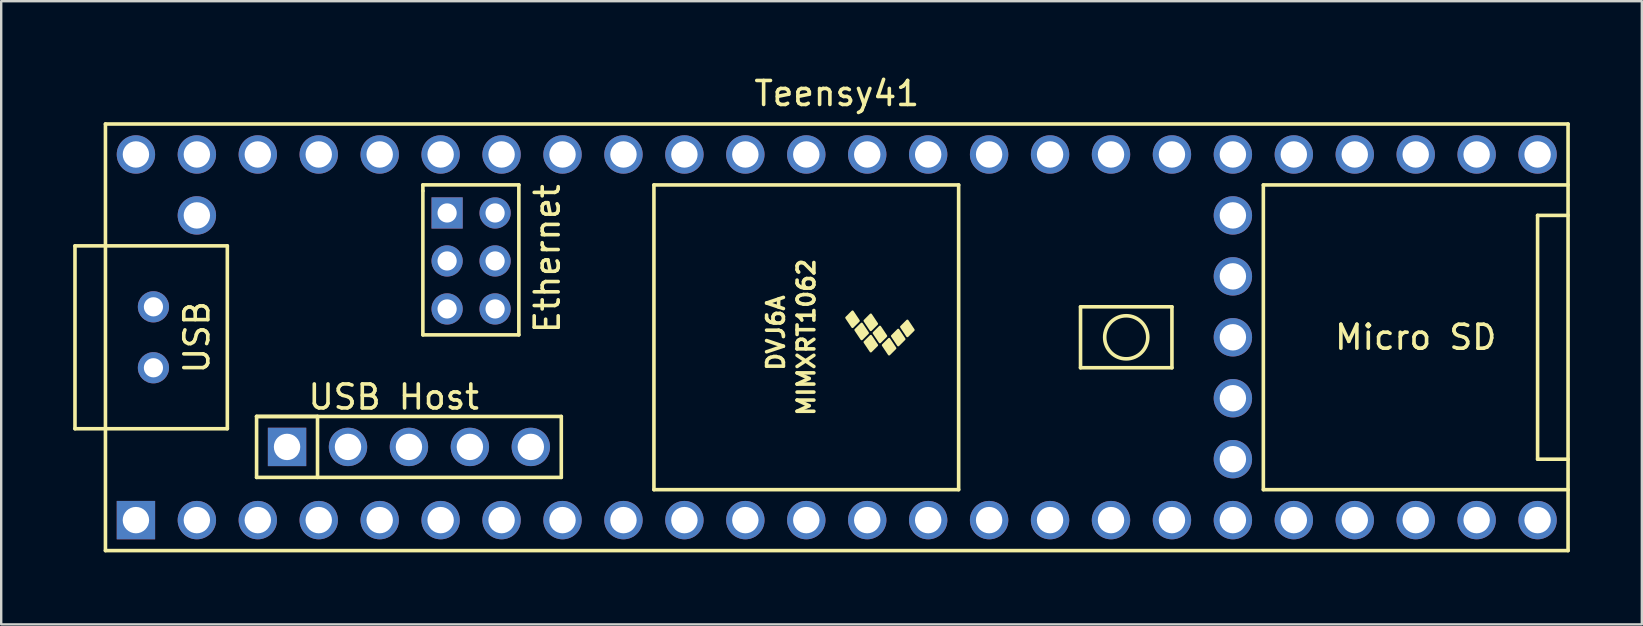
<source format=kicad_pcb>
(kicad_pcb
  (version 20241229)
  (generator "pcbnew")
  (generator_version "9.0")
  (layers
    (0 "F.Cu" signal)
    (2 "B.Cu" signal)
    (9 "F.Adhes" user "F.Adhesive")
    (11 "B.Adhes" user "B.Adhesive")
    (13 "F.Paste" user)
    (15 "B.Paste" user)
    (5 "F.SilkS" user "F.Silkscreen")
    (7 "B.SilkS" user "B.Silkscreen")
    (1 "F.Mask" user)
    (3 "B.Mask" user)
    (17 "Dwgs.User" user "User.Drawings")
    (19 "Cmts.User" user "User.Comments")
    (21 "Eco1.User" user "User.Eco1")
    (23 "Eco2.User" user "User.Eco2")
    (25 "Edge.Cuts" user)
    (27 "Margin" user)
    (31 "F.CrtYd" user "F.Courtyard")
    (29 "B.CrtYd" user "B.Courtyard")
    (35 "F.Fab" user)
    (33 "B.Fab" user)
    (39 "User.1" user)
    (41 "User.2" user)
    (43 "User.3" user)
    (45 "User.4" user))
  (footprint "Teensy41"
    (layer "F.Cu")
    (at 31.825 11.008)
    (property "Reference" "Teensy41" (at 0 -10.16 0) (layer "F.SilkS") (effects (font (size 1 1) (thickness 0.15))))
    (attr through_hole)
    (fp_line (start -31.75 -3.81) (end -30.48 -3.81) (stroke (width 0.15) (type solid)) (layer "F.SilkS"))
    (fp_line (start -31.75 3.81) (end -31.75 -3.81) (stroke (width 0.15) (type solid)) (layer "F.SilkS"))
    (fp_line (start -30.48 -8.89) (end 30.48 -8.89) (stroke (width 0.15) (type solid)) (layer "F.SilkS"))
    (fp_line (start -30.48 3.81) (end -31.75 3.81) (stroke (width 0.15) (type solid)) (layer "F.SilkS"))
    (fp_line (start -30.48 8.89) (end -30.48 -8.89) (stroke (width 0.15) (type solid)) (layer "F.SilkS"))
    (fp_line (start -25.4 -3.81) (end -30.48 -3.81) (stroke (width 0.15) (type solid)) (layer "F.SilkS"))
    (fp_line (start -25.4 3.81) (end -30.48 3.81) (stroke (width 0.15) (type solid)) (layer "F.SilkS"))
    (fp_line (start -25.4 3.81) (end -25.4 -3.81) (stroke (width 0.15) (type solid)) (layer "F.SilkS"))
    (fp_line (start -24.181 3.299) (end -21.641 3.299) (stroke (width 0.15) (type solid)) (layer "F.SilkS"))
    (fp_line (start -24.181 3.299) (end -11.481 3.299) (stroke (width 0.15) (type solid)) (layer "F.SilkS"))
    (fp_line (start -24.181 5.839) (end -24.181 3.299) (stroke (width 0.15) (type solid)) (layer "F.SilkS"))
    (fp_line (start -21.641 3.299) (end -21.641 5.839) (stroke (width 0.15) (type solid)) (layer "F.SilkS"))
    (fp_line (start -17.25 -6.352) (end -17.25 -6.102) (stroke (width 0.15) (type solid)) (layer "F.SilkS"))
    (fp_line (start -17.25 -6.102) (end -17.25 -0.102) (stroke (width 0.15) (type solid)) (layer "F.SilkS"))
    (fp_line (start -17.25 -0.102) (end -13.25 -0.102) (stroke (width 0.15) (type solid)) (layer "F.SilkS"))
    (fp_line (start -13.25 -6.352) (end -17.25 -6.352) (stroke (width 0.15) (type solid)) (layer "F.SilkS"))
    (fp_line (start -13.25 -0.102) (end -13.25 -6.352) (stroke (width 0.15) (type solid)) (layer "F.SilkS"))
    (fp_line (start -11.481 3.299) (end -11.481 5.839) (stroke (width 0.15) (type solid)) (layer "F.SilkS"))
    (fp_line (start -11.481 5.839) (end -24.181 5.839) (stroke (width 0.15) (type solid)) (layer "F.SilkS"))
    (fp_line (start -7.62 -6.35) (end -7.62 6.35) (stroke (width 0.15) (type solid)) (layer "F.SilkS"))
    (fp_line (start -7.62 6.35) (end 5.08 6.35) (stroke (width 0.15) (type solid)) (layer "F.SilkS"))
    (fp_line (start 5.08 -6.35) (end -7.62 -6.35) (stroke (width 0.15) (type solid)) (layer "F.SilkS"))
    (fp_line (start 5.08 6.35) (end 5.08 -6.35) (stroke (width 0.15) (type solid)) (layer "F.SilkS"))
    (fp_line (start 10.16 -1.27) (end 13.97 -1.27) (stroke (width 0.15) (type solid)) (layer "F.SilkS"))
    (fp_line (start 10.16 1.27) (end 10.16 -1.27) (stroke (width 0.15) (type solid)) (layer "F.SilkS"))
    (fp_line (start 13.97 -1.27) (end 13.97 1.27) (stroke (width 0.15) (type solid)) (layer "F.SilkS"))
    (fp_line (start 13.97 1.27) (end 10.16 1.27) (stroke (width 0.15) (type solid)) (layer "F.SilkS"))
    (fp_line (start 17.78 -6.35) (end 17.78 6.35) (stroke (width 0.15) (type solid)) (layer "F.SilkS"))
    (fp_line (start 17.78 6.35) (end 30.48 6.35) (stroke (width 0.15) (type solid)) (layer "F.SilkS"))
    (fp_line (start 29.21 -5.08) (end 29.21 5.08) (stroke (width 0.15) (type solid)) (layer "F.SilkS"))
    (fp_line (start 29.21 5.08) (end 30.48 5.08) (stroke (width 0.15) (type solid)) (layer "F.SilkS"))
    (fp_line (start 30.48 -8.89) (end 30.48 8.89) (stroke (width 0.15) (type solid)) (layer "F.SilkS"))
    (fp_line (start 30.48 -6.35) (end 17.78 -6.35) (stroke (width 0.15) (type solid)) (layer "F.SilkS"))
    (fp_line (start 30.48 -5.08) (end 29.21 -5.08) (stroke (width 0.15) (type solid)) (layer "F.SilkS"))
    (fp_line (start 30.48 8.89) (end -30.48 8.89) (stroke (width 0.15) (type solid)) (layer "F.SilkS"))
    (fp_circle (center 12.065 0) (end 12.7 -0.635) (stroke (width 0.15) (type solid)) (fill no) (layer "F.SilkS"))
    (fp_poly (pts (xy 0.911 -0.688) (xy 0.657 -0.434) (xy 0.403 -0.815) (xy 0.657 -1.069)) (stroke (width 0.1) (type solid)) (fill yes) (layer "F.SilkS"))
    (fp_poly (pts (xy 1.292 -0.18) (xy 1.038 0.074) (xy 0.784 -0.307) (xy 1.038 -0.561)) (stroke (width 0.1) (type solid)) (fill yes) (layer "F.SilkS"))
    (fp_poly (pts (xy 1.673 -0.561) (xy 1.419 -0.307) (xy 1.165 -0.688) (xy 1.419 -0.942)) (stroke (width 0.1) (type solid)) (fill yes) (layer "F.SilkS"))
    (fp_poly (pts (xy 1.673 0.328) (xy 1.419 0.582) (xy 1.165 0.201) (xy 1.419 -0.053)) (stroke (width 0.1) (type solid)) (fill yes) (layer "F.SilkS"))
    (fp_poly (pts (xy 2.054 -0.053) (xy 1.8 0.201) (xy 1.546 -0.18) (xy 1.8 -0.434)) (stroke (width 0.1) (type solid)) (fill yes) (layer "F.SilkS"))
    (fp_poly (pts (xy 2.435 0.455) (xy 2.181 0.709) (xy 1.927 0.328) (xy 2.181 0.074)) (stroke (width 0.1) (type solid)) (fill yes) (layer "F.SilkS"))
    (fp_poly (pts (xy 2.816 0.074) (xy 2.562 0.328) (xy 2.308 -0.053) (xy 2.562 -0.307)) (stroke (width 0.1) (type solid)) (fill yes) (layer "F.SilkS"))
    (fp_poly (pts (xy 3.197 -0.307) (xy 2.943 -0.053) (xy 2.689 -0.434) (xy 2.943 -0.688)) (stroke (width 0.1) (type solid)) (fill yes) (layer "F.SilkS"))
    (fp_text user "Ethernet" (at -12.065 -3.277 90) (layer "F.SilkS") (effects (font (size 1 1) (thickness 0.15))))
    (fp_text user "USB" (at -26.67 0 270) (layer "F.SilkS") (effects (font (size 1 1) (thickness 0.15))))
    (fp_text user "Micro SD" (at 24.13 0 0) (layer "F.SilkS") (effects (font (size 1 1) (thickness 0.15))))
    (fp_text user "DVJ6A" (at -2.54 -0.18 270) (layer "F.SilkS") (effects (font (size 0.7 0.7) (thickness 0.15))))
    (fp_text user "USB Host" (at -18.466 2.489 0) (layer "F.SilkS") (effects (font (size 1 1) (thickness 0.15))))
    (fp_text user "MIMXRT1062" (at -1.27 0 270) (layer "F.SilkS") (effects (font (size 0.7 0.7) (thickness 0.15))))
    (pad "1" thru_hole rect (at -29.21 7.62) (size 1.6 1.6) (drill 1.1) (layers "*.Cu" "*.Mask"))
    (pad "2" thru_hole circle (at -26.67 7.62) (size 1.6 1.6) (drill 1.1) (layers "*.Cu" "*.Mask"))
    (pad "3" thru_hole circle (at -24.13 7.62) (size 1.6 1.6) (drill 1.1) (layers "*.Cu" "*.Mask"))
    (pad "4" thru_hole circle (at -21.59 7.62) (size 1.6 1.6) (drill 1.1) (layers "*.Cu" "*.Mask"))
    (pad "5" thru_hole circle (at -19.05 7.62) (size 1.6 1.6) (drill 1.1) (layers "*.Cu" "*.Mask"))
    (pad "6" thru_hole circle (at -16.51 7.62) (size 1.6 1.6) (drill 1.1) (layers "*.Cu" "*.Mask"))
    (pad "7" thru_hole circle (at -13.97 7.62) (size 1.6 1.6) (drill 1.1) (layers "*.Cu" "*.Mask"))
    (pad "8" thru_hole circle (at -11.43 7.62) (size 1.6 1.6) (drill 1.1) (layers "*.Cu" "*.Mask"))
    (pad "9" thru_hole circle (at -8.89 7.62) (size 1.6 1.6) (drill 1.1) (layers "*.Cu" "*.Mask"))
    (pad "10" thru_hole circle (at -6.35 7.62) (size 1.6 1.6) (drill 1.1) (layers "*.Cu" "*.Mask"))
    (pad "11" thru_hole circle (at -3.81 7.62) (size 1.6 1.6) (drill 1.1) (layers "*.Cu" "*.Mask"))
    (pad "12" thru_hole circle (at -1.27 7.62) (size 1.6 1.6) (drill 1.1) (layers "*.Cu" "*.Mask"))
    (pad "13" thru_hole circle (at 1.27 7.62) (size 1.6 1.6) (drill 1.1) (layers "*.Cu" "*.Mask"))
    (pad "14" thru_hole circle (at 3.81 7.62) (size 1.6 1.6) (drill 1.1) (layers "*.Cu" "*.Mask"))
    (pad "15" thru_hole circle (at 6.35 7.62) (size 1.6 1.6) (drill 1.1) (layers "*.Cu" "*.Mask"))
    (pad "16" thru_hole circle (at 8.89 7.62) (size 1.6 1.6) (drill 1.1) (layers "*.Cu" "*.Mask"))
    (pad "17" thru_hole circle (at 11.43 7.62) (size 1.6 1.6) (drill 1.1) (layers "*.Cu" "*.Mask"))
    (pad "18" thru_hole circle (at 13.97 7.62) (size 1.6 1.6) (drill 1.1) (layers "*.Cu" "*.Mask"))
    (pad "19" thru_hole circle (at 16.51 7.62) (size 1.6 1.6) (drill 1.1) (layers "*.Cu" "*.Mask"))
    (pad "20" thru_hole circle (at 19.05 7.62) (size 1.6 1.6) (drill 1.1) (layers "*.Cu" "*.Mask"))
    (pad "21" thru_hole circle (at 21.59 7.62) (size 1.6 1.6) (drill 1.1) (layers "*.Cu" "*.Mask"))
    (pad "22" thru_hole circle (at 24.13 7.62) (size 1.6 1.6) (drill 1.1) (layers "*.Cu" "*.Mask"))
    (pad "23" thru_hole circle (at 26.67 7.62) (size 1.6 1.6) (drill 1.1) (layers "*.Cu" "*.Mask"))
    (pad "24" thru_hole circle (at 29.21 7.62) (size 1.6 1.6) (drill 1.1) (layers "*.Cu" "*.Mask"))
    (pad "25" thru_hole circle (at 29.21 -7.62) (size 1.6 1.6) (drill 1.1) (layers "*.Cu" "*.Mask"))
    (pad "26" thru_hole circle (at 26.67 -7.62) (size 1.6 1.6) (drill 1.1) (layers "*.Cu" "*.Mask"))
    (pad "27" thru_hole circle (at 24.13 -7.62) (size 1.6 1.6) (drill 1.1) (layers "*.Cu" "*.Mask"))
    (pad "28" thru_hole circle (at 21.59 -7.62) (size 1.6 1.6) (drill 1.1) (layers "*.Cu" "*.Mask"))
    (pad "29" thru_hole circle (at 19.05 -7.62) (size 1.6 1.6) (drill 1.1) (layers "*.Cu" "*.Mask"))
    (pad "30" thru_hole circle (at 16.51 -7.62) (size 1.6 1.6) (drill 1.1) (layers "*.Cu" "*.Mask"))
    (pad "31" thru_hole circle (at 13.97 -7.62) (size 1.6 1.6) (drill 1.1) (layers "*.Cu" "*.Mask"))
    (pad "32" thru_hole circle (at 11.43 -7.62) (size 1.6 1.6) (drill 1.1) (layers "*.Cu" "*.Mask"))
    (pad "33" thru_hole circle (at 8.89 -7.62) (size 1.6 1.6) (drill 1.1) (layers "*.Cu" "*.Mask"))
    (pad "34" thru_hole circle (at 6.35 -7.62) (size 1.6 1.6) (drill 1.1) (layers "*.Cu" "*.Mask"))
    (pad "35" thru_hole circle (at 3.81 -7.62) (size 1.6 1.6) (drill 1.1) (layers "*.Cu" "*.Mask"))
    (pad "36" thru_hole circle (at 1.27 -7.62) (size 1.6 1.6) (drill 1.1) (layers "*.Cu" "*.Mask"))
    (pad "37" thru_hole circle (at -1.27 -7.62) (size 1.6 1.6) (drill 1.1) (layers "*.Cu" "*.Mask"))
    (pad "38" thru_hole circle (at -3.81 -7.62) (size 1.6 1.6) (drill 1.1) (layers "*.Cu" "*.Mask"))
    (pad "39" thru_hole circle (at -6.35 -7.62) (size 1.6 1.6) (drill 1.1) (layers "*.Cu" "*.Mask"))
    (pad "40" thru_hole circle (at -8.89 -7.62) (size 1.6 1.6) (drill 1.1) (layers "*.Cu" "*.Mask"))
    (pad "41" thru_hole circle (at -11.43 -7.62) (size 1.6 1.6) (drill 1.1) (layers "*.Cu" "*.Mask"))
    (pad "42" thru_hole circle (at -13.97 -7.62) (size 1.6 1.6) (drill 1.1) (layers "*.Cu" "*.Mask"))
    (pad "43" thru_hole circle (at -16.51 -7.62) (size 1.6 1.6) (drill 1.1) (layers "*.Cu" "*.Mask"))
    (pad "44" thru_hole circle (at -19.05 -7.62) (size 1.6 1.6) (drill 1.1) (layers "*.Cu" "*.Mask"))
    (pad "45" thru_hole circle (at -21.59 -7.62) (size 1.6 1.6) (drill 1.1) (layers "*.Cu" "*.Mask"))
    (pad "46" thru_hole circle (at -24.13 -7.62) (size 1.6 1.6) (drill 1.1) (layers "*.Cu" "*.Mask"))
    (pad "47" thru_hole circle (at -26.67 -7.62) (size 1.6 1.6) (drill 1.1) (layers "*.Cu" "*.Mask"))
    (pad "48" thru_hole circle (at -29.21 -7.62) (size 1.6 1.6) (drill 1.1) (layers "*.Cu" "*.Mask"))
    (pad "49" thru_hole circle (at -26.67 -5.08) (size 1.6 1.6) (drill 1.1) (layers "*.Cu" "*.Mask"))
    (pad "50" thru_hole circle (at 16.51 5.08) (size 1.6 1.6) (drill 1.1) (layers "*.Cu" "*.Mask"))
    (pad "51" thru_hole circle (at 16.51 2.54) (size 1.6 1.6) (drill 1.1) (layers "*.Cu" "*.Mask"))
    (pad "52" thru_hole circle (at 16.51 0) (size 1.6 1.6) (drill 1.1) (layers "*.Cu" "*.Mask"))
    (pad "53" thru_hole circle (at 16.51 -2.54) (size 1.6 1.6) (drill 1.1) (layers "*.Cu" "*.Mask"))
    (pad "54" thru_hole circle (at 16.51 -5.08) (size 1.6 1.6) (drill 1.1) (layers "*.Cu" "*.Mask"))
    (pad "55" thru_hole rect (at -22.911 4.569) (size 1.6 1.6) (drill 1.1) (layers "*.Cu" "*.Mask"))
    (pad "56" thru_hole circle (at -20.371 4.569) (size 1.6 1.6) (drill 1.1) (layers "*.Cu" "*.Mask"))
    (pad "57" thru_hole circle (at -17.831 4.569) (size 1.6 1.6) (drill 1.1) (layers "*.Cu" "*.Mask"))
    (pad "58" thru_hole circle (at -15.291 4.569) (size 1.6 1.6) (drill 1.1) (layers "*.Cu" "*.Mask"))
    (pad "59" thru_hole circle (at -12.751 4.569) (size 1.6 1.6) (drill 1.1) (layers "*.Cu" "*.Mask"))
    (pad "60" thru_hole rect (at -16.24 -5.182) (size 1.3 1.3) (drill 0.8) (layers "*.Cu" "*.Mask"))
    (pad "61" thru_hole circle (at -16.24 -3.182) (size 1.3 1.3) (drill 0.8) (layers "*.Cu" "*.Mask"))
    (pad "62" thru_hole circle (at -16.24 -1.182) (size 1.3 1.3) (drill 0.8) (layers "*.Cu" "*.Mask"))
    (pad "63" thru_hole circle (at -14.24 -1.182) (size 1.3 1.3) (drill 0.8) (layers "*.Cu" "*.Mask"))
    (pad "64" thru_hole circle (at -14.24 -3.182) (size 1.3 1.3) (drill 0.8) (layers "*.Cu" "*.Mask"))
    (pad "65" thru_hole circle (at -14.24 -5.182) (size 1.3 1.3) (drill 0.8) (layers "*.Cu" "*.Mask"))
    (pad "66" thru_hole circle (at -28.48 -1.27) (size 1.3 1.3) (drill 0.8) (layers "*.Cu" "*.Mask"))
    (pad "67" thru_hole circle (at -28.48 1.27) (size 1.3 1.3) (drill 0.8) (layers "*.Cu" "*.Mask")))
  (gr_rect
    (start -3 -3)
    (end 65.38 22.973)
    (stroke (width 0.1) (type default))
    (fill no)
    (layer "Edge.Cuts")))
</source>
